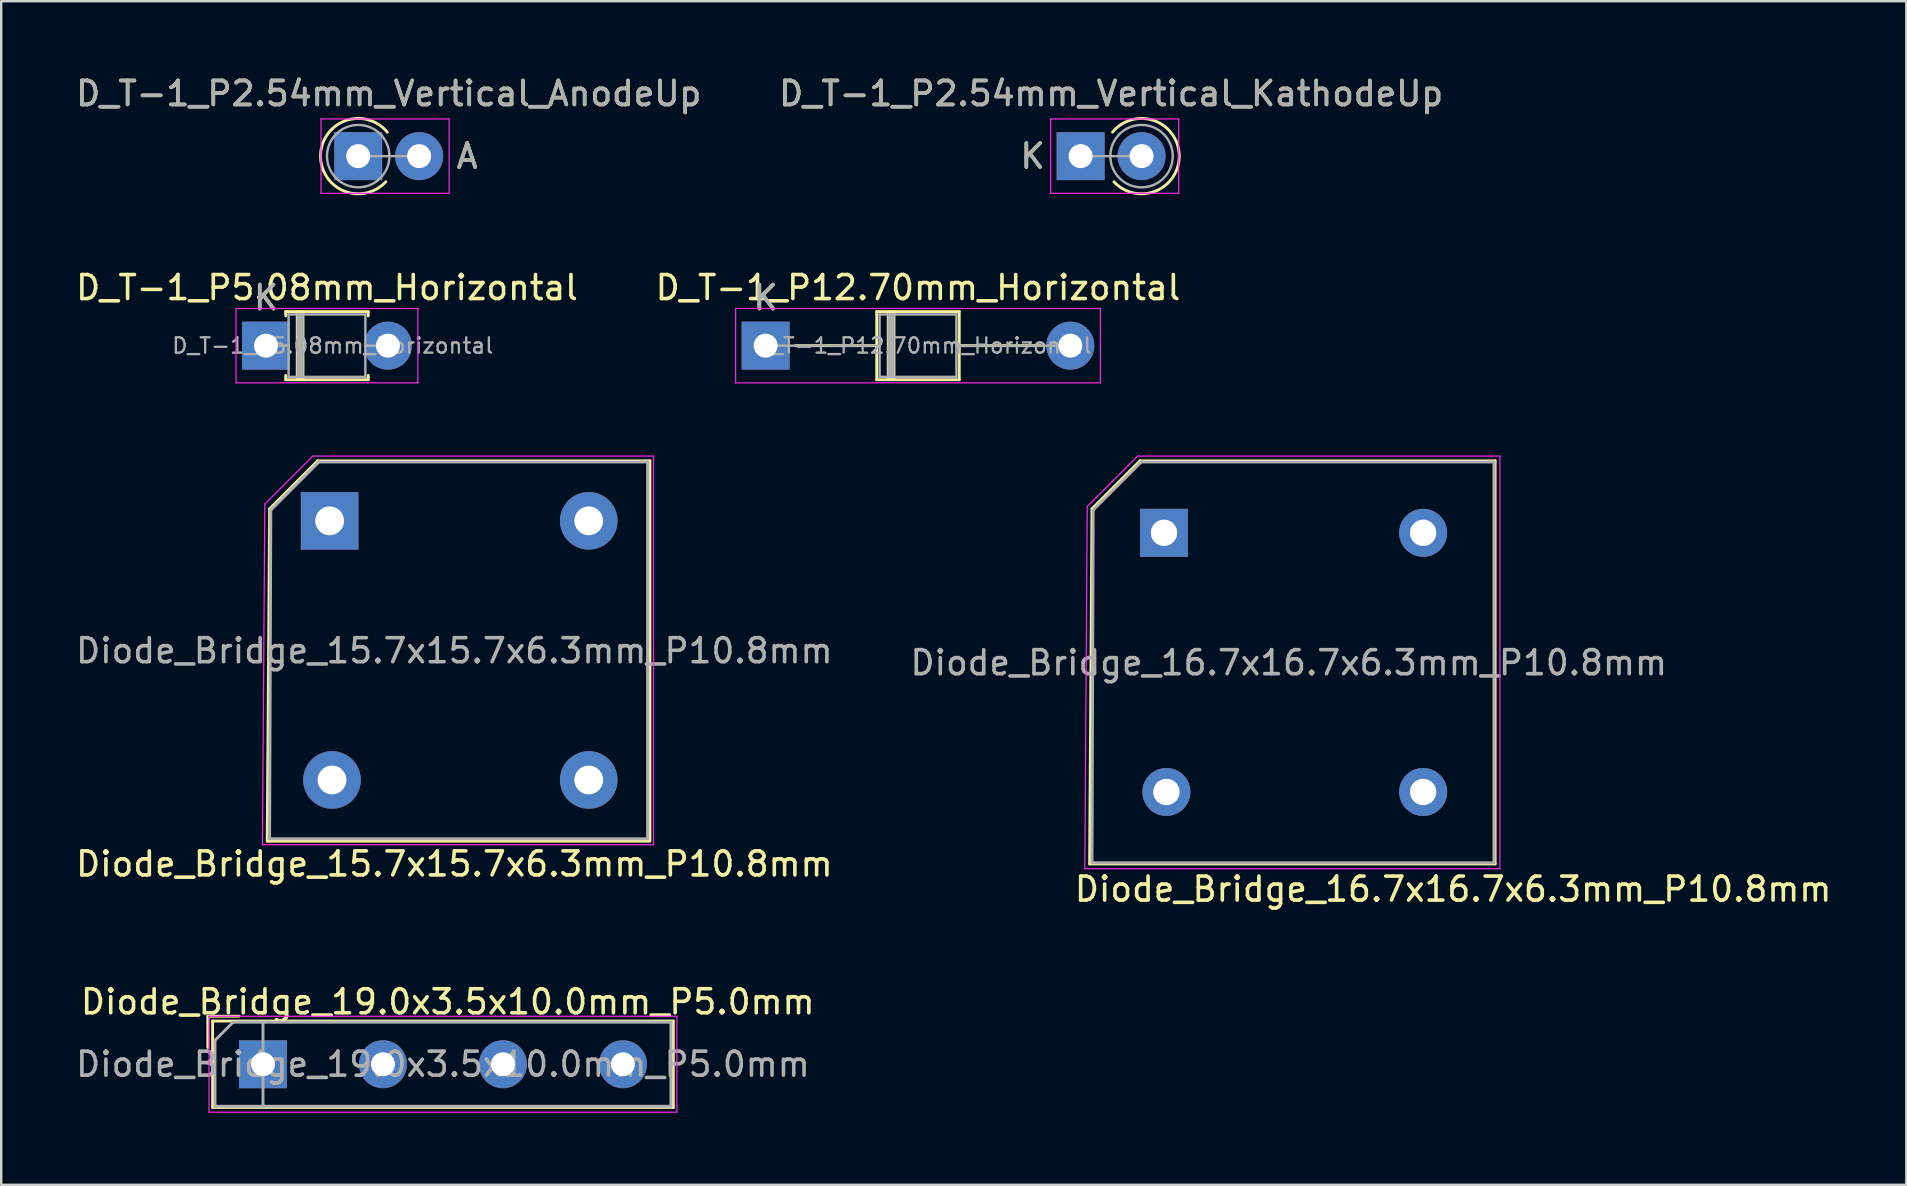
<source format=kicad_pcb>
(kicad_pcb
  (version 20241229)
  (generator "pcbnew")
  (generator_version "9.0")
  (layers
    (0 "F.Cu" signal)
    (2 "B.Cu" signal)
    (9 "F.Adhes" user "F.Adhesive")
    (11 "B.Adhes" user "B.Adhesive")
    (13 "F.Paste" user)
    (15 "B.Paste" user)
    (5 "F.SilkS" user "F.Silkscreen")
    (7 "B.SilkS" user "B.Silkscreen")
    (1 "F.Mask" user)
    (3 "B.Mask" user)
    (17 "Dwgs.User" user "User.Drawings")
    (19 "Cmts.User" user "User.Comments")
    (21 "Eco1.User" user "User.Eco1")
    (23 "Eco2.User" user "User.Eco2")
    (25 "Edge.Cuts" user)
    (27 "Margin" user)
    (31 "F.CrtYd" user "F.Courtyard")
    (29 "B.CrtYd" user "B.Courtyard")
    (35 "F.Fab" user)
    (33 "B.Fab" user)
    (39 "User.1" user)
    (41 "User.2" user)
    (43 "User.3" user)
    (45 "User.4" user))
  (footprint "D_T-1_P2.54mm_Vertical_KathodeUp"
    (layer "F.Cu")
    (at 41.986 3.457)
    (property "Reference" "D_T-1_P2.54mm_Vertical_KathodeUp" (at 1.27 -2.609 0) (layer "F.SilkS") (effects (font (size 1 1) (thickness 0.15))))
    (attr through_hole)
    (fp_arc (start 1.329228 -1) (mid 4.10969 -0.045178) (end 1.388747 1.067982) (stroke (width 0.12) (type solid)) (layer "F.SilkS"))
    (fp_line (start -1.25 -1.55) (end -1.25 1.55) (stroke (width 0.05) (type solid)) (layer "F.CrtYd"))
    (fp_line (start -1.25 1.55) (end 4.09 1.55) (stroke (width 0.05) (type solid)) (layer "F.CrtYd"))
    (fp_line (start 4.09 -1.55) (end -1.25 -1.55) (stroke (width 0.05) (type solid)) (layer "F.CrtYd"))
    (fp_line (start 4.09 1.55) (end 4.09 -1.55) (stroke (width 0.05) (type solid)) (layer "F.CrtYd"))
    (fp_line (start 0 0) (end 2.54 0) (stroke (width 0.1) (type solid)) (layer "F.Fab"))
    (fp_circle (center 2.54 0) (end 3.84 0) (stroke (width 0.1) (type solid)) (fill no) (layer "F.Fab"))
    (fp_text user "K" (at -2 0 0) (layer "F.SilkS") (effects (font (size 1 1) (thickness 0.15))))
    (fp_text user "${REFERENCE}" (at 1.27 -2.609 0) (layer "F.Fab") (effects (font (size 1 1) (thickness 0.15))))
    (fp_text user "K" (at -2 0 0) (layer "F.Fab") (effects (font (size 1 1) (thickness 0.15))))
    (pad "1" thru_hole rect (at 0 0) (size 2 2) (drill 1) (layers "*.Cu" "*.Mask"))
    (pad "2" thru_hole oval (at 2.54 0) (size 2 2) (drill 1) (layers "*.Cu" "*.Mask")))
  (footprint "D_T-1_P2.54mm_Vertical_AnodeUp"
    (layer "F.Cu")
    (at 11.879 3.457)
    (property "Reference" "D_T-1_P2.54mm_Vertical_AnodeUp" (at 1.27 -2.609 0) (layer "F.SilkS") (effects (font (size 1 1) (thickness 0.15))))
    (attr through_hole)
    (fp_arc (start 1.151253 1.067982) (mid -1.56969 -0.045178) (end 1.210772 -1) (stroke (width 0.12) (type solid)) (layer "F.SilkS"))
    (fp_line (start -1.55 -1.55) (end -1.55 1.55) (stroke (width 0.05) (type solid)) (layer "F.CrtYd"))
    (fp_line (start -1.55 1.55) (end 3.79 1.55) (stroke (width 0.05) (type solid)) (layer "F.CrtYd"))
    (fp_line (start 3.79 -1.55) (end -1.55 -1.55) (stroke (width 0.05) (type solid)) (layer "F.CrtYd"))
    (fp_line (start 3.79 1.55) (end 3.79 -1.55) (stroke (width 0.05) (type solid)) (layer "F.CrtYd"))
    (fp_line (start 0 0) (end 2.54 0) (stroke (width 0.1) (type solid)) (layer "F.Fab"))
    (fp_circle (center 0 0) (end 1.3 0) (stroke (width 0.1) (type solid)) (fill no) (layer "F.Fab"))
    (fp_text user "A" (at 4.54 0 0) (layer "F.SilkS") (effects (font (size 1 1) (thickness 0.15))))
    (fp_text user "${REFERENCE}" (at 1.27 -2.609 0) (layer "F.Fab") (effects (font (size 1 1) (thickness 0.15))))
    (fp_text user "A" (at 4.54 0 0) (layer "F.Fab") (effects (font (size 1 1) (thickness 0.15))))
    (pad "1" thru_hole rect (at 0 0) (size 2 2) (drill 1) (layers "*.Cu" "*.Mask"))
    (pad "2" thru_hole oval (at 2.54 0) (size 2 2) (drill 1) (layers "*.Cu" "*.Mask")))
  (footprint "Diode_Bridge_15.7x15.7x6.3mm_P10.8mm"
    (layer "F.Cu")
    (at 10.687 18.656)
    (property "Reference" "Diode_Bridge_15.7x15.7x6.3mm_P10.8mm" (at 5.2 14.3 180) (layer "F.SilkS") (effects (font (size 1 1) (thickness 0.15))))
    (attr through_hole)
    (fp_line (start -2.6 13.35) (end -2.5 -0.5) (stroke (width 0.12) (type solid)) (layer "F.SilkS"))
    (fp_line (start -2.5 -0.5) (end -0.5 -2.5) (stroke (width 0.12) (type solid)) (layer "F.SilkS"))
    (fp_line (start -0.5 -2.5) (end 13.35 -2.5) (stroke (width 0.12) (type solid)) (layer "F.SilkS"))
    (fp_line (start 13.3 13.35) (end -2.6 13.35) (stroke (width 0.12) (type solid)) (layer "F.SilkS"))
    (fp_line (start 13.35 -2.5) (end 13.35 13.35) (stroke (width 0.12) (type solid)) (layer "F.SilkS"))
    (fp_line (start -2.8 13.5) (end -2.7 -0.7) (stroke (width 0.05) (type solid)) (layer "F.CrtYd"))
    (fp_line (start -2.7 -0.7) (end -0.7 -2.7) (stroke (width 0.05) (type solid)) (layer "F.CrtYd"))
    (fp_line (start -0.7 -2.7) (end 13.5 -2.7) (stroke (width 0.05) (type solid)) (layer "F.CrtYd"))
    (fp_line (start 13.5 -2.7) (end 13.5 13.5) (stroke (width 0.05) (type solid)) (layer "F.CrtYd"))
    (fp_line (start 13.5 13.5) (end -2.8 13.5) (stroke (width 0.05) (type solid)) (layer "F.CrtYd"))
    (fp_line (start -2.5 13.25) (end -2.45 -0.45) (stroke (width 0.12) (type solid)) (layer "F.Fab"))
    (fp_line (start -2.45 -0.45) (end -0.45 -2.45) (stroke (width 0.12) (type solid)) (layer "F.Fab"))
    (fp_line (start -0.45 -2.45) (end 13.25 -2.45) (stroke (width 0.12) (type solid)) (layer "F.Fab"))
    (fp_line (start 13.25 -2.45) (end 13.25 13.25) (stroke (width 0.12) (type solid)) (layer "F.Fab"))
    (fp_line (start 13.25 13.25) (end -2.5 13.25) (stroke (width 0.12) (type solid)) (layer "F.Fab"))
    (fp_text user "${REFERENCE}" (at 5.2 5.415 180) (layer "F.Fab") (effects (font (size 1 1) (thickness 0.15))))
    (pad "1" thru_hole rect (at 0 0 180) (size 2.4 2.4) (drill 1.2) (layers "*.Cu" "*.Mask"))
    (pad "2" thru_hole circle (at 0.1 10.8 180) (size 2.4 2.4) (drill 1.2) (layers "*.Cu" "*.Mask"))
    (pad "3" thru_hole circle (at 10.8 10.8 180) (size 2.4 2.4) (drill 1.2) (layers "*.Cu" "*.Mask"))
    (pad "4" thru_hole circle (at 10.8 0 180) (size 2.4 2.4) (drill 1.2) (layers "*.Cu" "*.Mask")))
  (footprint "D_T-1_P5.08mm_Horizontal"
    (layer "F.Cu")
    (at 8.037 11.356)
    (property "Reference" "D_T-1_P5.08mm_Horizontal" (at 2.54 -2.42 0) (layer "F.SilkS") (effects (font (size 1 1) (thickness 0.15))))
    (attr through_hole)
    (fp_line (start 0.82 -1.42) (end 4.26 -1.42) (stroke (width 0.12) (type solid)) (layer "F.SilkS"))
    (fp_line (start 0.82 -1.24) (end 0.82 -1.42) (stroke (width 0.12) (type solid)) (layer "F.SilkS"))
    (fp_line (start 0.82 1.24) (end 0.82 1.42) (stroke (width 0.12) (type solid)) (layer "F.SilkS"))
    (fp_line (start 0.82 1.42) (end 4.26 1.42) (stroke (width 0.12) (type solid)) (layer "F.SilkS"))
    (fp_line (start 1.3 -1.42) (end 1.3 1.42) (stroke (width 0.12) (type solid)) (layer "F.SilkS"))
    (fp_line (start 1.42 -1.42) (end 1.42 1.42) (stroke (width 0.12) (type solid)) (layer "F.SilkS"))
    (fp_line (start 1.54 -1.42) (end 1.54 1.42) (stroke (width 0.12) (type solid)) (layer "F.SilkS"))
    (fp_line (start 4.26 -1.42) (end 4.26 -1.24) (stroke (width 0.12) (type solid)) (layer "F.SilkS"))
    (fp_line (start 4.26 1.42) (end 4.26 1.24) (stroke (width 0.12) (type solid)) (layer "F.SilkS"))
    (fp_line (start -1.25 -1.55) (end -1.25 1.55) (stroke (width 0.05) (type solid)) (layer "F.CrtYd"))
    (fp_line (start -1.25 1.55) (end 6.33 1.55) (stroke (width 0.05) (type solid)) (layer "F.CrtYd"))
    (fp_line (start 6.33 -1.55) (end -1.25 -1.55) (stroke (width 0.05) (type solid)) (layer "F.CrtYd"))
    (fp_line (start 6.33 1.55) (end 6.33 -1.55) (stroke (width 0.05) (type solid)) (layer "F.CrtYd"))
    (fp_line (start 0 0) (end 0.94 0) (stroke (width 0.1) (type solid)) (layer "F.Fab"))
    (fp_line (start 0.94 -1.3) (end 0.94 1.3) (stroke (width 0.1) (type solid)) (layer "F.Fab"))
    (fp_line (start 0.94 1.3) (end 4.14 1.3) (stroke (width 0.1) (type solid)) (layer "F.Fab"))
    (fp_line (start 1.32 -1.3) (end 1.32 1.3) (stroke (width 0.1) (type solid)) (layer "F.Fab"))
    (fp_line (start 1.42 -1.3) (end 1.42 1.3) (stroke (width 0.1) (type solid)) (layer "F.Fab"))
    (fp_line (start 1.52 -1.3) (end 1.52 1.3) (stroke (width 0.1) (type solid)) (layer "F.Fab"))
    (fp_line (start 4.14 -1.3) (end 0.94 -1.3) (stroke (width 0.1) (type solid)) (layer "F.Fab"))
    (fp_line (start 4.14 1.3) (end 4.14 -1.3) (stroke (width 0.1) (type solid)) (layer "F.Fab"))
    (fp_line (start 5.08 0) (end 4.14 0) (stroke (width 0.1) (type solid)) (layer "F.Fab"))
    (fp_text user "K" (at 0 -2 0) (layer "F.SilkS") (effects (font (size 1 1) (thickness 0.15))))
    (fp_text user "${REFERENCE}" (at 2.78 0 0) (layer "F.Fab") (effects (font (size 0.64 0.64) (thickness 0.096))))
    (fp_text user "K" (at 0 -2 0) (layer "F.Fab") (effects (font (size 1 1) (thickness 0.15))))
    (pad "1" thru_hole rect (at 0 0) (size 2 2) (drill 1) (layers "*.Cu" "*.Mask"))
    (pad "2" thru_hole oval (at 5.08 0) (size 2 2) (drill 1) (layers "*.Cu" "*.Mask")))
  (footprint "Diode_Bridge_19.0x3.5x10.0mm_P5.0mm"
    (layer "F.Cu")
    (at 7.911 41.303)
    (property "Reference" "Diode_Bridge_19.0x3.5x10.0mm_P5.0mm" (at 7.7 -2.6 180) (layer "F.SilkS") (effects (font (size 1 1) (thickness 0.15))))
    (attr through_hole)
    (fp_line (start -2.3 -2) (end -1 -2) (stroke (width 0.12) (type solid)) (layer "F.SilkS"))
    (fp_line (start -2.3 -0.7) (end -2.3 -2) (stroke (width 0.12) (type solid)) (layer "F.SilkS"))
    (fp_line (start -2.1 -1.8) (end 17.1 -1.8) (stroke (width 0.12) (type solid)) (layer "F.SilkS"))
    (fp_line (start -2.1 1.8) (end -2.1 -1.8) (stroke (width 0.12) (type solid)) (layer "F.SilkS"))
    (fp_line (start 17.1 -1.8) (end 17.1 1.8) (stroke (width 0.12) (type solid)) (layer "F.SilkS"))
    (fp_line (start 17.1 1.8) (end -2.1 1.8) (stroke (width 0.12) (type solid)) (layer "F.SilkS"))
    (fp_line (start -2.25 -2) (end -2.25 2) (stroke (width 0.05) (type solid)) (layer "F.CrtYd"))
    (fp_line (start -2.25 -2) (end 17.25 -2) (stroke (width 0.05) (type solid)) (layer "F.CrtYd"))
    (fp_line (start 17.25 2) (end -2.25 2) (stroke (width 0.05) (type solid)) (layer "F.CrtYd"))
    (fp_line (start 17.25 2) (end 17.25 -2) (stroke (width 0.05) (type solid)) (layer "F.CrtYd"))
    (fp_line (start -2 -1) (end -1.25 -1.75) (stroke (width 0.12) (type solid)) (layer "F.Fab"))
    (fp_line (start -2 1.75) (end -2 -1) (stroke (width 0.12) (type solid)) (layer "F.Fab"))
    (fp_line (start -1.25 -1.75) (end 17 -1.75) (stroke (width 0.12) (type solid)) (layer "F.Fab"))
    (fp_line (start 0 -1.75) (end 0 1.75) (stroke (width 0.12) (type solid)) (layer "F.Fab"))
    (fp_line (start 17 -1.75) (end 17 1.75) (stroke (width 0.12) (type solid)) (layer "F.Fab"))
    (fp_line (start 17 1.75) (end -2 1.75) (stroke (width 0.12) (type solid)) (layer "F.Fab"))
    (fp_text user "${REFERENCE}" (at 7.5 0 180) (layer "F.Fab") (effects (font (size 1 1) (thickness 0.15))))
    (pad "1" thru_hole rect (at 0 0) (size 2 2) (drill 1) (layers "*.Cu" "*.Mask"))
    (pad "2" thru_hole circle (at 5 0) (size 2 2) (drill 1) (layers "*.Cu" "*.Mask"))
    (pad "3" thru_hole circle (at 10 0) (size 2 2) (drill 1) (layers "*.Cu" "*.Mask"))
    (pad "4" thru_hole circle (at 15 0) (size 2 2) (drill 1) (layers "*.Cu" "*.Mask")))
  (footprint "D_T-1_P12.70mm_Horizontal"
    (layer "F.Cu")
    (at 28.858 11.356)
    (property "Reference" "D_T-1_P12.70mm_Horizontal" (at 6.35 -2.42 0) (layer "F.SilkS") (effects (font (size 1 1) (thickness 0.15))))
    (attr through_hole)
    (fp_line (start 1.24 0) (end 4.63 0) (stroke (width 0.12) (type solid)) (layer "F.SilkS"))
    (fp_line (start 4.63 -1.42) (end 4.63 1.42) (stroke (width 0.12) (type solid)) (layer "F.SilkS"))
    (fp_line (start 4.63 1.42) (end 8.07 1.42) (stroke (width 0.12) (type solid)) (layer "F.SilkS"))
    (fp_line (start 5.11 -1.42) (end 5.11 1.42) (stroke (width 0.12) (type solid)) (layer "F.SilkS"))
    (fp_line (start 5.23 -1.42) (end 5.23 1.42) (stroke (width 0.12) (type solid)) (layer "F.SilkS"))
    (fp_line (start 5.35 -1.42) (end 5.35 1.42) (stroke (width 0.12) (type solid)) (layer "F.SilkS"))
    (fp_line (start 8.07 -1.42) (end 4.63 -1.42) (stroke (width 0.12) (type solid)) (layer "F.SilkS"))
    (fp_line (start 8.07 1.42) (end 8.07 -1.42) (stroke (width 0.12) (type solid)) (layer "F.SilkS"))
    (fp_line (start 11.46 0) (end 8.07 0) (stroke (width 0.12) (type solid)) (layer "F.SilkS"))
    (fp_line (start -1.25 -1.55) (end -1.25 1.55) (stroke (width 0.05) (type solid)) (layer "F.CrtYd"))
    (fp_line (start -1.25 1.55) (end 13.95 1.55) (stroke (width 0.05) (type solid)) (layer "F.CrtYd"))
    (fp_line (start 13.95 -1.55) (end -1.25 -1.55) (stroke (width 0.05) (type solid)) (layer "F.CrtYd"))
    (fp_line (start 13.95 1.55) (end 13.95 -1.55) (stroke (width 0.05) (type solid)) (layer "F.CrtYd"))
    (fp_line (start 0 0) (end 4.75 0) (stroke (width 0.1) (type solid)) (layer "F.Fab"))
    (fp_line (start 4.75 -1.3) (end 4.75 1.3) (stroke (width 0.1) (type solid)) (layer "F.Fab"))
    (fp_line (start 4.75 1.3) (end 7.95 1.3) (stroke (width 0.1) (type solid)) (layer "F.Fab"))
    (fp_line (start 5.13 -1.3) (end 5.13 1.3) (stroke (width 0.1) (type solid)) (layer "F.Fab"))
    (fp_line (start 5.23 -1.3) (end 5.23 1.3) (stroke (width 0.1) (type solid)) (layer "F.Fab"))
    (fp_line (start 5.33 -1.3) (end 5.33 1.3) (stroke (width 0.1) (type solid)) (layer "F.Fab"))
    (fp_line (start 7.95 -1.3) (end 4.75 -1.3) (stroke (width 0.1) (type solid)) (layer "F.Fab"))
    (fp_line (start 7.95 1.3) (end 7.95 -1.3) (stroke (width 0.1) (type solid)) (layer "F.Fab"))
    (fp_line (start 12.7 0) (end 7.95 0) (stroke (width 0.1) (type solid)) (layer "F.Fab"))
    (fp_text user "K" (at 0 -2 0) (layer "F.SilkS") (effects (font (size 1 1) (thickness 0.15))))
    (fp_text user "K" (at 0 -2 0) (layer "F.Fab") (effects (font (size 1 1) (thickness 0.15))))
    (fp_text user "${REFERENCE}" (at 6.59 0 0) (layer "F.Fab") (effects (font (size 0.64 0.64) (thickness 0.096))))
    (pad "1" thru_hole rect (at 0 0) (size 2 2) (drill 1) (layers "*.Cu" "*.Mask"))
    (pad "2" thru_hole oval (at 12.7 0) (size 2 2) (drill 1) (layers "*.Cu" "*.Mask")))
  (footprint "Diode_Bridge_16.7x16.7x6.3mm_P10.8mm"
    (layer "F.Cu")
    (at 45.461 19.156)
    (property "Reference" "Diode_Bridge_16.7x16.7x6.3mm_P10.8mm" (at 12.05 14.85 180) (layer "F.SilkS") (effects (font (size 1 1) (thickness 0.15))))
    (attr through_hole)
    (fp_line (start -3.1 13.8) (end 13.8 13.8) (stroke (width 0.12) (type solid)) (layer "F.SilkS"))
    (fp_line (start -3 -1) (end -3.1 13.8) (stroke (width 0.12) (type solid)) (layer "F.SilkS"))
    (fp_line (start -1 -3) (end -3 -1) (stroke (width 0.12) (type solid)) (layer "F.SilkS"))
    (fp_line (start 13.8 -3) (end -1 -3) (stroke (width 0.12) (type solid)) (layer "F.SilkS"))
    (fp_line (start 13.8 13.8) (end 13.8 -3) (stroke (width 0.12) (type solid)) (layer "F.SilkS"))
    (fp_line (start -3.3 14) (end -3.2 -1.1) (stroke (width 0.05) (type solid)) (layer "F.CrtYd"))
    (fp_line (start -3.2 -1.1) (end -1.1 -3.2) (stroke (width 0.05) (type solid)) (layer "F.CrtYd"))
    (fp_line (start -1.1 -3.2) (end 14 -3.2) (stroke (width 0.05) (type solid)) (layer "F.CrtYd"))
    (fp_line (start 14 -3.2) (end 14 14) (stroke (width 0.05) (type solid)) (layer "F.CrtYd"))
    (fp_line (start 14 14) (end -3.3 14) (stroke (width 0.05) (type solid)) (layer "F.CrtYd"))
    (fp_line (start -3 13.75) (end -2.95 -0.95) (stroke (width 0.12) (type solid)) (layer "F.Fab"))
    (fp_line (start -2.95 -0.95) (end -0.95 -2.95) (stroke (width 0.12) (type solid)) (layer "F.Fab"))
    (fp_line (start -0.95 -2.95) (end 13.75 -2.95) (stroke (width 0.12) (type solid)) (layer "F.Fab"))
    (fp_line (start 13.75 -2.95) (end 13.75 13.75) (stroke (width 0.12) (type solid)) (layer "F.Fab"))
    (fp_line (start 13.75 13.75) (end -3 13.75) (stroke (width 0.12) (type solid)) (layer "F.Fab"))
    (fp_text user "${REFERENCE}" (at 5.2 5.415 180) (layer "F.Fab") (effects (font (size 1 1) (thickness 0.15))))
    (pad "1" thru_hole rect (at 0 0 180) (size 2 2) (drill 1.1) (layers "*.Cu" "*.Mask"))
    (pad "2" thru_hole circle (at 0.1 10.8 180) (size 2 2) (drill 1.1) (layers "*.Cu" "*.Mask"))
    (pad "3" thru_hole circle (at 10.8 10.8 180) (size 2 2) (drill 1.1) (layers "*.Cu" "*.Mask"))
    (pad "4" thru_hole circle (at 10.8 0 180) (size 2 2) (drill 1.1) (layers "*.Cu" "*.Mask")))
  (gr_rect
    (start -3 -3)
    (end 76.398 46.328)
    (stroke (width 0.1) (type default))
    (fill no)
    (layer "Edge.Cuts")))
</source>
